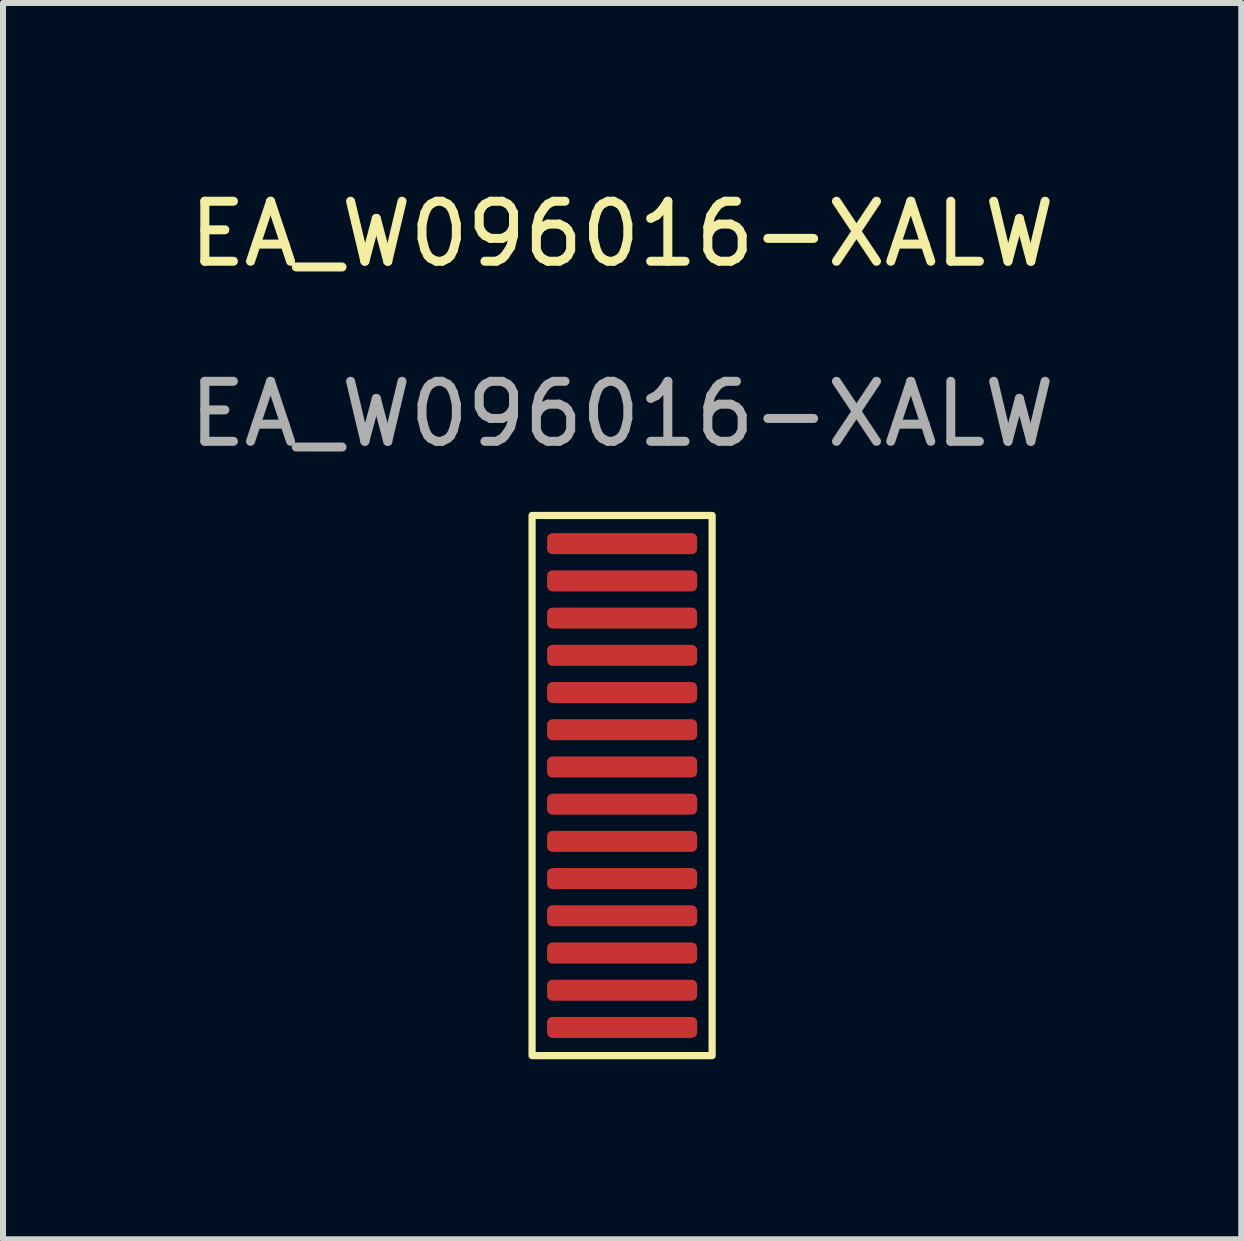
<source format=kicad_pcb>
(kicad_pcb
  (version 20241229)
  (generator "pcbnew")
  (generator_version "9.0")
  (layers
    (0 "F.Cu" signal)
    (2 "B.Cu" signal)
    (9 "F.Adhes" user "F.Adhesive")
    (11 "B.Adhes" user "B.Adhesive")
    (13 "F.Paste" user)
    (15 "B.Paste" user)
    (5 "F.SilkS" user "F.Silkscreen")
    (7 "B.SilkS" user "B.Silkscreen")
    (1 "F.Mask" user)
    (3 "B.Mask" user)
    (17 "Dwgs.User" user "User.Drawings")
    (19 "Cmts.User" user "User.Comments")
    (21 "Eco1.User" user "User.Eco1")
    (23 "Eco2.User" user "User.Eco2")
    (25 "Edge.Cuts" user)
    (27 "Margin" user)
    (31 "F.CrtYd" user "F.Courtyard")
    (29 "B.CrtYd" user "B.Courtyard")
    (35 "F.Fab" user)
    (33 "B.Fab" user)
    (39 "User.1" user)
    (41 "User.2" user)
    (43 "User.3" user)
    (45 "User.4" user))
  (footprint "EA_W096016-XALW"
    (layer "F.Cu")
    (at 7.315 10.348)
    (property "Reference" "EA_W096016-XALW" (at 0 -9.5 0) (unlocked yes) (layer "F.SilkS") (effects (font (size 1 1) (thickness 0.15))))
    (attr smd)
    (fp_rect (start -1.5 -4.81) (end 1.5 4.19) (stroke (width 0.12) (type solid)) (fill no) (layer "F.SilkS"))
    (fp_text user "${REFERENCE}" (at 0 -6.5 0) (unlocked yes) (layer "F.Fab") (effects (font (size 1 1) (thickness 0.15))))
    (pad "1" smd roundrect (at 0 -4.34 270) (size 0.35 2.5) (layers "F.Cu" "F.Mask" "F.Paste") (roundrect_rratio 0.25))
    (pad "2" smd roundrect (at 0 -3.72 270) (size 0.35 2.5) (layers "F.Cu" "F.Mask" "F.Paste") (roundrect_rratio 0.25))
    (pad "3" smd roundrect (at 0 -3.1 270) (size 0.35 2.5) (layers "F.Cu" "F.Mask" "F.Paste") (roundrect_rratio 0.25))
    (pad "4" smd roundrect (at 0 -2.48 270) (size 0.35 2.5) (layers "F.Cu" "F.Mask" "F.Paste") (roundrect_rratio 0.25))
    (pad "5" smd roundrect (at 0 -1.86 270) (size 0.35 2.5) (layers "F.Cu" "F.Mask" "F.Paste") (roundrect_rratio 0.25))
    (pad "6" smd roundrect (at 0 -1.24 270) (size 0.35 2.5) (layers "F.Cu" "F.Mask" "F.Paste") (roundrect_rratio 0.25))
    (pad "7" smd roundrect (at 0 -0.62 270) (size 0.35 2.5) (layers "F.Cu" "F.Mask" "F.Paste") (roundrect_rratio 0.25))
    (pad "8" smd roundrect (at 0 0 270) (size 0.35 2.5) (layers "F.Cu" "F.Mask" "F.Paste") (roundrect_rratio 0.25))
    (pad "9" smd roundrect (at 0 0.62 270) (size 0.35 2.5) (layers "F.Cu" "F.Mask" "F.Paste") (roundrect_rratio 0.25))
    (pad "10" smd roundrect (at 0 1.24 270) (size 0.35 2.5) (layers "F.Cu" "F.Mask" "F.Paste") (roundrect_rratio 0.25))
    (pad "11" smd roundrect (at 0 1.86 270) (size 0.35 2.5) (layers "F.Cu" "F.Mask" "F.Paste") (roundrect_rratio 0.25))
    (pad "12" smd roundrect (at 0 2.48 270) (size 0.35 2.5) (layers "F.Cu" "F.Mask" "F.Paste") (roundrect_rratio 0.25))
    (pad "13" smd roundrect (at 0 3.1 270) (size 0.35 2.5) (layers "F.Cu" "F.Mask" "F.Paste") (roundrect_rratio 0.25))
    (pad "14" smd roundrect (at 0 3.72 270) (size 0.35 2.5) (layers "F.Cu" "F.Mask" "F.Paste") (roundrect_rratio 0.25)))
  (gr_rect
    (start -3 -3)
    (end 17.631 17.598)
    (stroke (width 0.1) (type default))
    (fill no)
    (layer "Edge.Cuts")))
</source>
